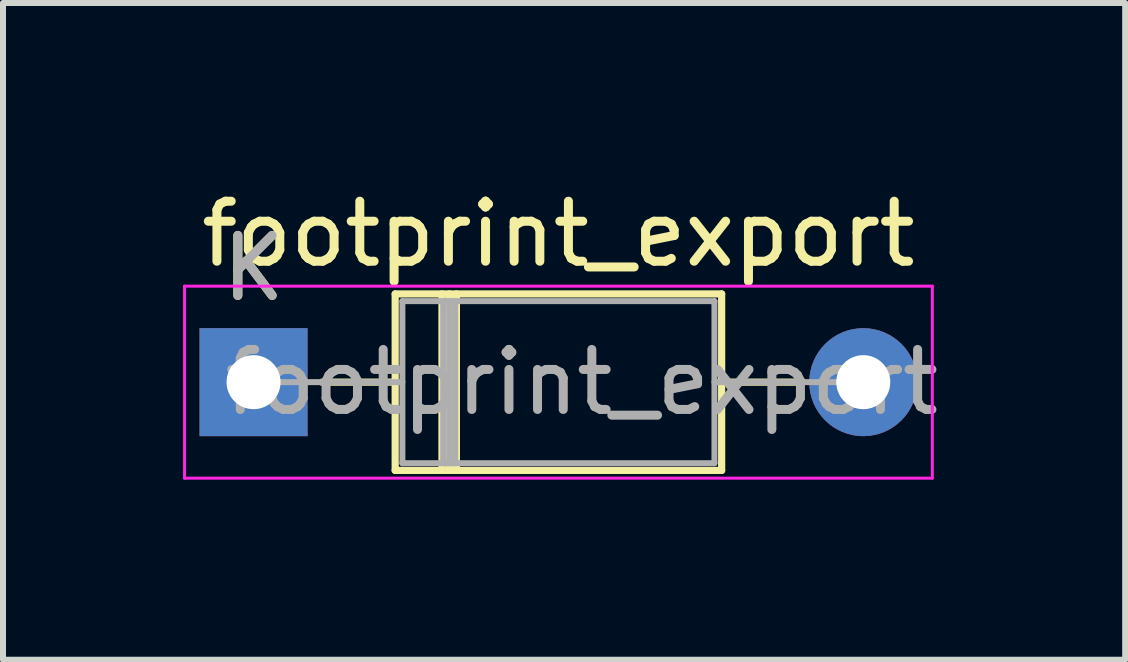
<source format=kicad_pcb>
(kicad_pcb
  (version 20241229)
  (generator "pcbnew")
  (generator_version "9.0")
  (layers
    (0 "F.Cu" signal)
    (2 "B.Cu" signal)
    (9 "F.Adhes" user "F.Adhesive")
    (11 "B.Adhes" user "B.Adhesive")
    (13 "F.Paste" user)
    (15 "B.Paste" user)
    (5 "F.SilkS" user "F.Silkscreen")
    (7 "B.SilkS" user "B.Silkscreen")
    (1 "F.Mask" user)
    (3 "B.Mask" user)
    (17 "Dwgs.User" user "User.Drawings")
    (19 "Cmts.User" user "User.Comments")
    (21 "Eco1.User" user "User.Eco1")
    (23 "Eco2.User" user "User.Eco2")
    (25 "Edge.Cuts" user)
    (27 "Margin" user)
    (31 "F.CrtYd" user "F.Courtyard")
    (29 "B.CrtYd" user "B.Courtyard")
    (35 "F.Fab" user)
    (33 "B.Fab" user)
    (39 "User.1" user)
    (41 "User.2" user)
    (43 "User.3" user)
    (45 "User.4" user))
  (footprint "footprint_export"
    (layer "F.Cu")
    (at 1.175 3.318)
    (property "Reference" "footprint_export" (at 5.08 -2.47 0) (layer "F.SilkS") (effects (font (size 1 1) (thickness 0.15))))
    (attr through_hole)
    (fp_line (start 1.14 0) (end 2.36 0) (stroke (width 0.12) (type solid)) (layer "F.SilkS"))
    (fp_line (start 2.36 -1.47) (end 2.36 1.47) (stroke (width 0.12) (type solid)) (layer "F.SilkS"))
    (fp_line (start 2.36 1.47) (end 7.8 1.47) (stroke (width 0.12) (type solid)) (layer "F.SilkS"))
    (fp_line (start 3.14 -1.47) (end 3.14 1.47) (stroke (width 0.12) (type solid)) (layer "F.SilkS"))
    (fp_line (start 3.26 -1.47) (end 3.26 1.47) (stroke (width 0.12) (type solid)) (layer "F.SilkS"))
    (fp_line (start 3.38 -1.47) (end 3.38 1.47) (stroke (width 0.12) (type solid)) (layer "F.SilkS"))
    (fp_line (start 7.8 -1.47) (end 2.36 -1.47) (stroke (width 0.12) (type solid)) (layer "F.SilkS"))
    (fp_line (start 7.8 1.47) (end 7.8 -1.47) (stroke (width 0.12) (type solid)) (layer "F.SilkS"))
    (fp_line (start 9.02 0) (end 7.8 0) (stroke (width 0.12) (type solid)) (layer "F.SilkS"))
    (fp_line (start -1.15 -1.6) (end -1.15 1.6) (stroke (width 0.05) (type solid)) (layer "F.CrtYd"))
    (fp_line (start -1.15 1.6) (end 11.31 1.6) (stroke (width 0.05) (type solid)) (layer "F.CrtYd"))
    (fp_line (start 11.31 -1.6) (end -1.15 -1.6) (stroke (width 0.05) (type solid)) (layer "F.CrtYd"))
    (fp_line (start 11.31 1.6) (end 11.31 -1.6) (stroke (width 0.05) (type solid)) (layer "F.CrtYd"))
    (fp_line (start 0 0) (end 2.48 0) (stroke (width 0.1) (type solid)) (layer "F.Fab"))
    (fp_line (start 2.48 -1.35) (end 2.48 1.35) (stroke (width 0.1) (type solid)) (layer "F.Fab"))
    (fp_line (start 2.48 1.35) (end 7.68 1.35) (stroke (width 0.1) (type solid)) (layer "F.Fab"))
    (fp_line (start 3.16 -1.35) (end 3.16 1.35) (stroke (width 0.1) (type solid)) (layer "F.Fab"))
    (fp_line (start 3.26 -1.35) (end 3.26 1.35) (stroke (width 0.1) (type solid)) (layer "F.Fab"))
    (fp_line (start 3.36 -1.35) (end 3.36 1.35) (stroke (width 0.1) (type solid)) (layer "F.Fab"))
    (fp_line (start 7.68 -1.35) (end 2.48 -1.35) (stroke (width 0.1) (type solid)) (layer "F.Fab"))
    (fp_line (start 7.68 1.35) (end 7.68 -1.35) (stroke (width 0.1) (type solid)) (layer "F.Fab"))
    (fp_line (start 10.16 0) (end 7.68 0) (stroke (width 0.1) (type solid)) (layer "F.Fab"))
    (fp_text user "K" (at 0 -1.9 0) (layer "F.SilkS") (effects (font (size 1 1) (thickness 0.15))))
    (fp_text user "K" (at 0 -1.9 0) (layer "F.Fab") (effects (font (size 1 1) (thickness 0.15))))
    (fp_text user "${REFERENCE}" (at 5.47 0 0) (layer "F.Fab") (effects (font (size 1 1) (thickness 0.15))))
    (pad "1" thru_hole rect (at 0 0) (size 1.8 1.8) (drill 0.9) (layers "*.Cu" "*.Mask"))
    (pad "2" thru_hole oval (at 10.16 0) (size 1.8 1.8) (drill 0.9) (layers "*.Cu" "*.Mask")))
  (gr_rect
    (start -3 -3)
    (end 15.699 7.943)
    (stroke (width 0.1) (type default))
    (fill no)
    (layer "Edge.Cuts")))
</source>
